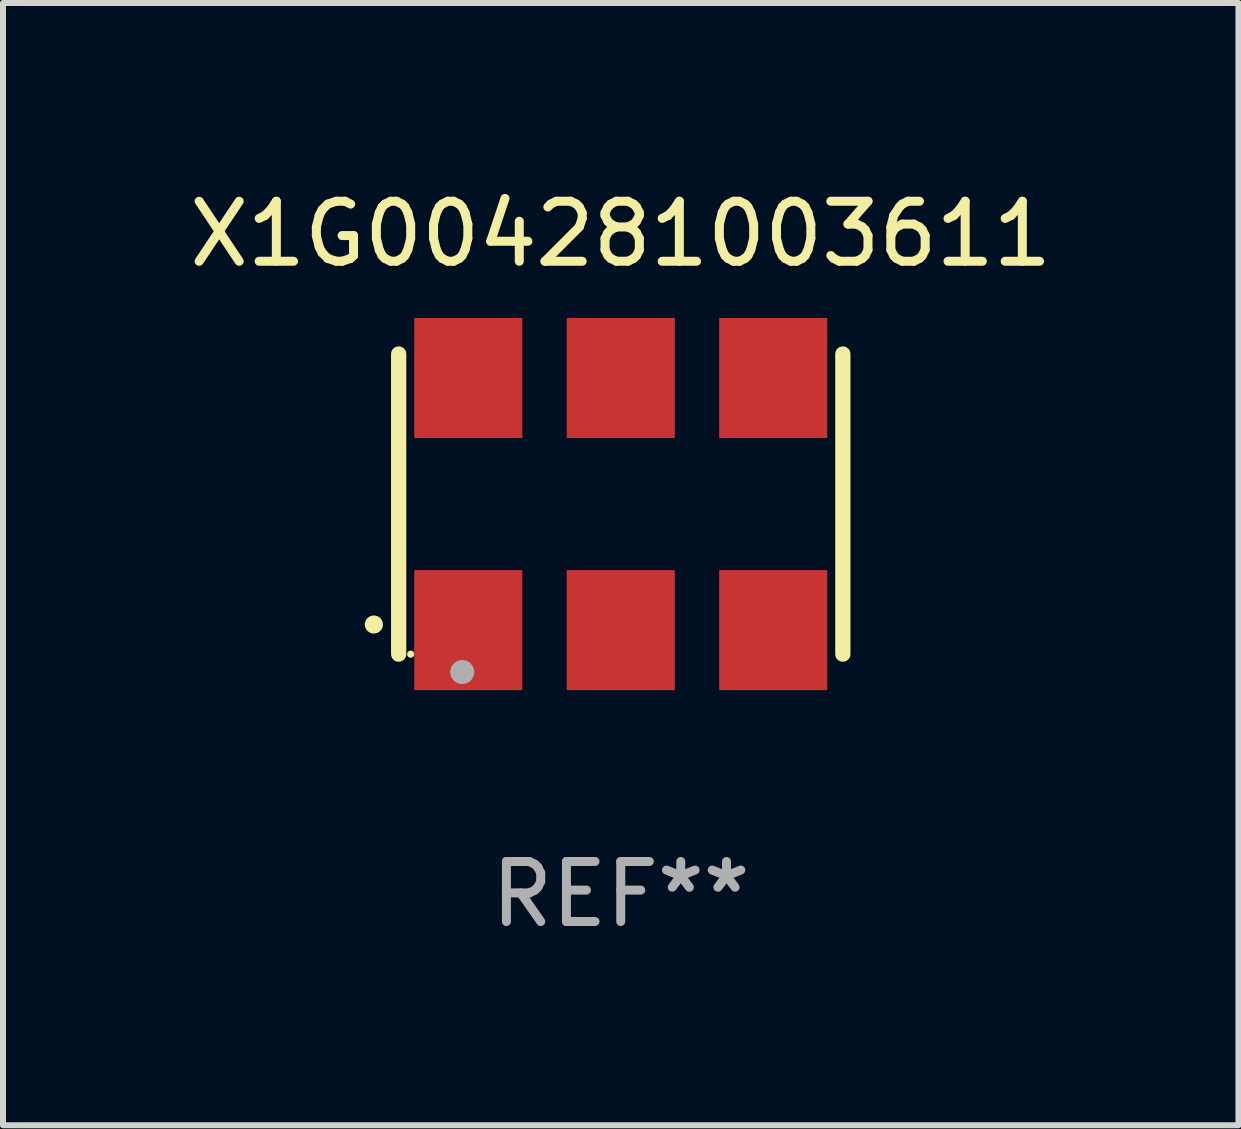
<source format=kicad_pcb>
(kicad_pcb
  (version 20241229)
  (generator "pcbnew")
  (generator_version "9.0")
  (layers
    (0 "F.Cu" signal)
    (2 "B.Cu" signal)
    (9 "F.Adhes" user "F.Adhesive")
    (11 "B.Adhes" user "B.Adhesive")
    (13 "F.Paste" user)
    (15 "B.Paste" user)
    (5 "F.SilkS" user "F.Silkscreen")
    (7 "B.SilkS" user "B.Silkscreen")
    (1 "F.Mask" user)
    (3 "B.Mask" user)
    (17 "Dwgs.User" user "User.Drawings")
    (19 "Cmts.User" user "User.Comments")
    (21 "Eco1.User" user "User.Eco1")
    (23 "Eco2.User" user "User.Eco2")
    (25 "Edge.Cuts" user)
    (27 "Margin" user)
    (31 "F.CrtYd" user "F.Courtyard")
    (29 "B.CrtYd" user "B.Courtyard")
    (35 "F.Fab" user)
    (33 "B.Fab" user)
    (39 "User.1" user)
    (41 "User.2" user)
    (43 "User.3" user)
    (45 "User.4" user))
  (footprint "X1G004281003611"
    (layer "F.Cu")
    (at 7.292 5.348)
    (property "Reference" "X1G004281003611" (at 0 -4.5 0) (layer "F.SilkS") (effects (font (size 1 1) (thickness 0.15))))
    (attr through_hole)
    (fp_line (start -3.7 -2.5) (end -3.7 2.5) (stroke (width 0.254) (type solid)) (layer "F.SilkS"))
    (fp_line (start 3.7 -2.5) (end 3.7 2.5) (stroke (width 0.254) (type solid)) (layer "F.SilkS"))
    (fp_arc (start -4.114415 2.006604) (mid -4.113145 2.006599) (end -4.111875 2.006604) (stroke (width 0.3) (type solid)) (layer "F.SilkS"))
    (fp_circle (center -3.5 2.501) (end -3.47 2.501) (stroke (width 0.06) (type solid)) (fill no) (layer "F.SilkS"))
    (fp_circle (center -2.641 2.799) (end -2.541 2.799) (stroke (width 0.2) (type solid)) (fill no) (layer "F.Fab"))
    (fp_text user "REF**" (at 0 6.5 0) (layer "F.Fab") (effects (font (size 1 1) (thickness 0.15))))
    (pad "1" smd rect (at -2.54 2.1) (size 1.8 2) (layers "F.Cu" "F.Mask" "F.Paste"))
    (pad "2" smd rect (at 0.000394 2.1) (size 1.8 2) (layers "F.Cu" "F.Mask" "F.Paste"))
    (pad "3" smd rect (at 2.54 2.1) (size 1.8 2) (layers "F.Cu" "F.Mask" "F.Paste"))
    (pad "4" smd rect (at 2.54 -2.1) (size 1.8 2) (layers "F.Cu" "F.Mask" "F.Paste"))
    (pad "5" smd rect (at 0.000394 -2.1) (size 1.8 2) (layers "F.Cu" "F.Mask" "F.Paste"))
    (pad "6" smd rect (at -2.54 -2.1) (size 1.8 2) (layers "F.Cu" "F.Mask" "F.Paste")))
  (gr_rect
    (start -3 -3)
    (end 17.583 15.697)
    (stroke (width 0.1) (type default))
    (fill no)
    (layer "Edge.Cuts")))
</source>
